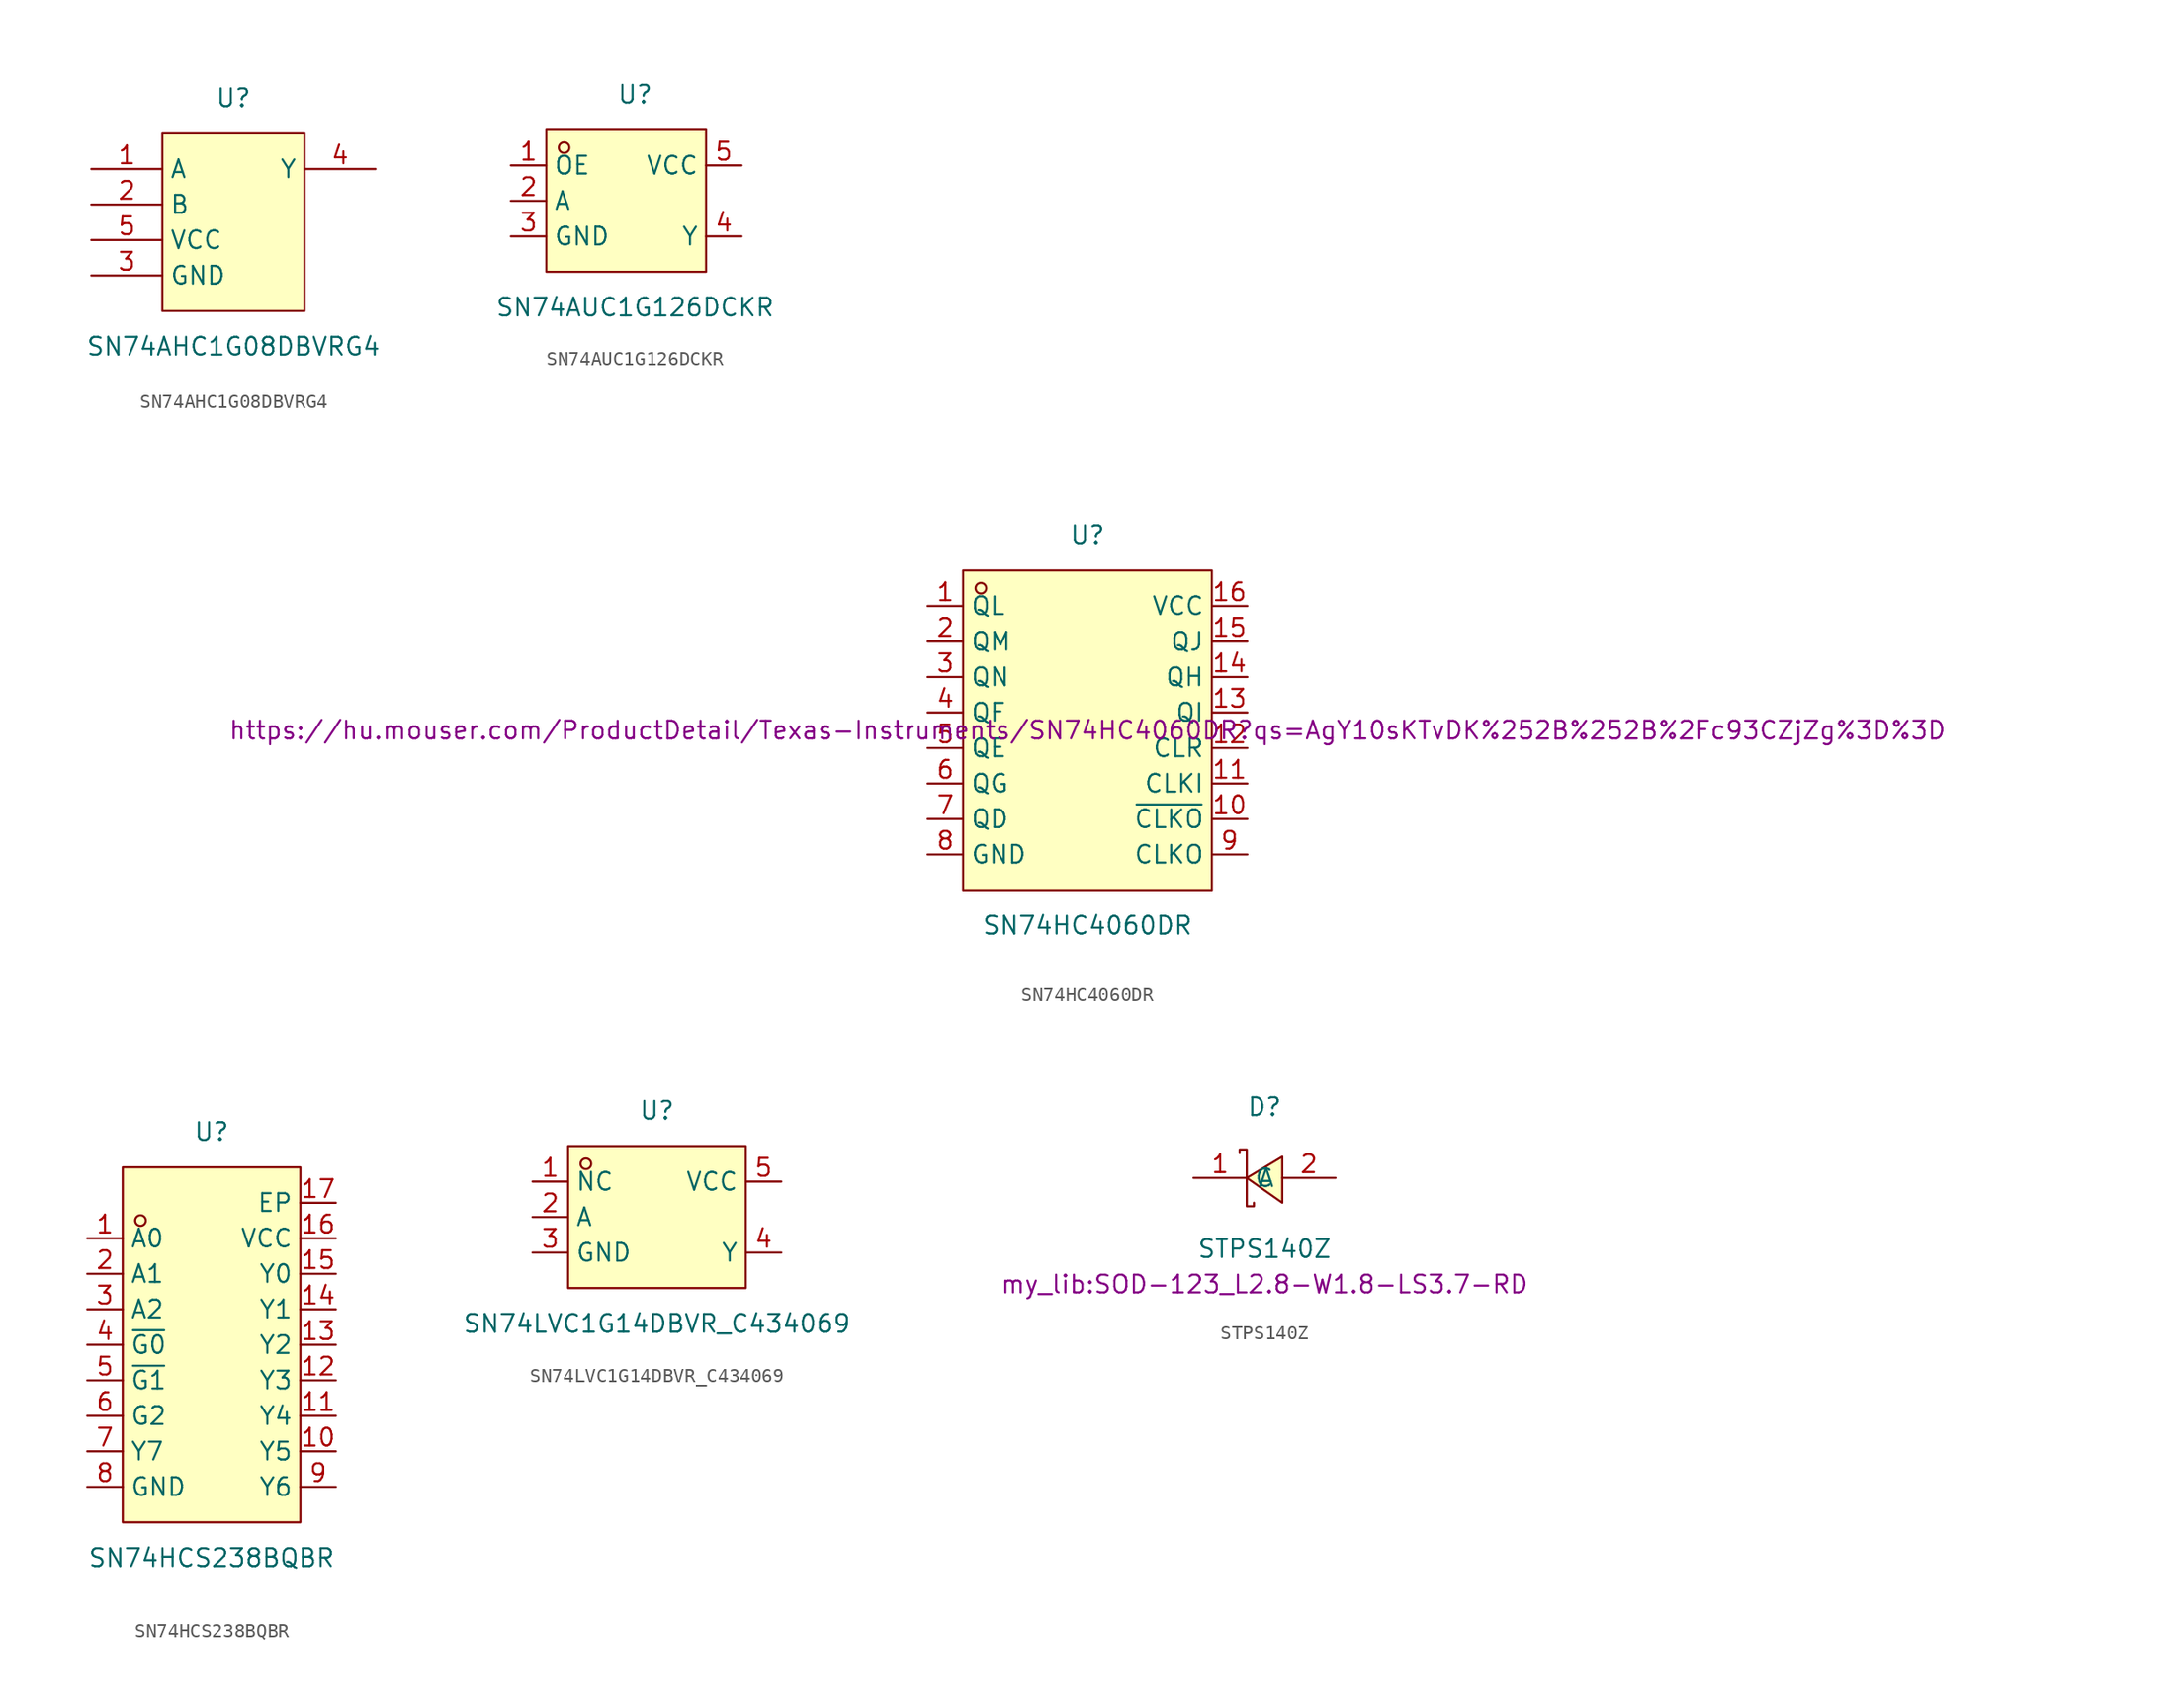
<source format=kicad_sym>
(kicad_symbol_lib
  (version 20220914)
  (generator kicad_symbol_editor)
  (symbol "SN74AHC1G08DBVRG4"
    (property "Reference" "U"
      (at 0 15.24 0)
      (effects (font (size 1.27 1.27))))
    (property "Value" "SN74AHC1G08DBVRG4"
      (at 0 -2.54 0)
      (effects (font (size 1.27 1.27))))
    (symbol "SN74AHC1G08DBVRG4_0_1"
      (rectangle (start -5.08 12.7) (end 5.08 0) (stroke (width 0) (type default)) (fill (type background)))
      (pin unspecified line (at -10.16 10.16 0) (length 5.08) (name "A" (effects (font (size 1.27 1.27)))) (number "1" (effects (font (size 1.27 1.27)))))
      (pin unspecified line (at -10.16 7.62 0) (length 5.08) (name "B" (effects (font (size 1.27 1.27)))) (number "2" (effects (font (size 1.27 1.27)))))
      (pin unspecified line (at -10.16 2.54 0) (length 5.08) (name "GND" (effects (font (size 1.27 1.27)))) (number "3" (effects (font (size 1.27 1.27)))))
      (pin unspecified line (at 10.16 10.16 180) (length 5.08) (name "Y" (effects (font (size 1.27 1.27)))) (number "4" (effects (font (size 1.27 1.27)))))
      (pin unspecified line (at -10.16 5.08 0) (length 5.08) (name "VCC" (effects (font (size 1.27 1.27)))) (number "5" (effects (font (size 1.27 1.27)))))))
  (symbol "SN74AUC1G126DCKR"
    (property "Reference" "U"
      (at 0 7.62 0)
      (effects (font (size 1.27 1.27))))
    (property "Value" "SN74AUC1G126DCKR"
      (at 0 -7.62 0)
      (effects (font (size 1.27 1.27))))
    (symbol "SN74AUC1G126DCKR_0_1"
      (rectangle (start -6.35 5.08) (end 5.08 -5.08) (stroke (width 0) (type default)) (fill (type background)))
      (circle (center -5.08 3.81) (radius 0.38) (stroke (width 0) (type default)) (fill (type none)))
      (pin unspecified line (at -8.89 2.54 0) (length 2.54) (name "OE" (effects (font (size 1.27 1.27)))) (number "1" (effects (font (size 1.27 1.27)))))
      (pin unspecified line (at -8.89 0 0) (length 2.54) (name "A" (effects (font (size 1.27 1.27)))) (number "2" (effects (font (size 1.27 1.27)))))
      (pin unspecified line (at -8.89 -2.54 0) (length 2.54) (name "GND" (effects (font (size 1.27 1.27)))) (number "3" (effects (font (size 1.27 1.27)))))
      (pin unspecified line (at 7.62 -2.54 180) (length 2.54) (name "Y" (effects (font (size 1.27 1.27)))) (number "4" (effects (font (size 1.27 1.27)))))
      (pin unspecified line (at 7.62 2.54 180) (length 2.54) (name "VCC" (effects (font (size 1.27 1.27)))) (number "5" (effects (font (size 1.27 1.27)))))))
  (symbol "SN74HC4060DR"
    (property "Reference" "U"
      (at 0 13.97 0)
      (effects (font (size 1.27 1.27))))
    (property "Value" "SN74HC4060DR"
      (at 0 -13.97 0)
      (effects (font (size 1.27 1.27))))
    (property "Other" "https://hu.mouser.com/ProductDetail/Texas-Instruments/SN74HC4060DR?qs=AgY10sKTvDK%252B%252B%2Fc93CZjZg%3D%3D"
      (at 0 0 0)
      (effects (font (size 1.27 1.27))))
    (symbol "SN74HC4060DR_0_1"
      (rectangle (start -8.89 11.43) (end 8.89 -11.43) (stroke (width 0) (type default)) (fill (type background)))
      (circle (center -7.62 10.16) (radius 0.38) (stroke (width 0) (type default)) (fill (type none)))
      (pin unspecified line (at -11.43 8.89 0) (length 2.54) (name "QL" (effects (font (size 1.27 1.27)))) (number "1" (effects (font (size 1.27 1.27)))))
      (pin unspecified line (at 11.43 -6.35 180) (length 2.54) (name "~{CLKO}" (effects (font (size 1.27 1.27)))) (number "10" (effects (font (size 1.27 1.27)))))
      (pin unspecified line (at 11.43 -3.81 180) (length 2.54) (name "CLKI" (effects (font (size 1.27 1.27)))) (number "11" (effects (font (size 1.27 1.27)))))
      (pin unspecified line (at 11.43 -1.27 180) (length 2.54) (name "CLR" (effects (font (size 1.27 1.27)))) (number "12" (effects (font (size 1.27 1.27)))))
      (pin unspecified line (at 11.43 1.27 180) (length 2.54) (name "QI" (effects (font (size 1.27 1.27)))) (number "13" (effects (font (size 1.27 1.27)))))
      (pin unspecified line (at 11.43 3.81 180) (length 2.54) (name "QH" (effects (font (size 1.27 1.27)))) (number "14" (effects (font (size 1.27 1.27)))))
      (pin unspecified line (at 11.43 6.35 180) (length 2.54) (name "QJ" (effects (font (size 1.27 1.27)))) (number "15" (effects (font (size 1.27 1.27)))))
      (pin unspecified line (at 11.43 8.89 180) (length 2.54) (name "VCC" (effects (font (size 1.27 1.27)))) (number "16" (effects (font (size 1.27 1.27)))))
      (pin unspecified line (at -11.43 6.35 0) (length 2.54) (name "QM" (effects (font (size 1.27 1.27)))) (number "2" (effects (font (size 1.27 1.27)))))
      (pin unspecified line (at -11.43 3.81 0) (length 2.54) (name "QN" (effects (font (size 1.27 1.27)))) (number "3" (effects (font (size 1.27 1.27)))))
      (pin unspecified line (at -11.43 1.27 0) (length 2.54) (name "QF" (effects (font (size 1.27 1.27)))) (number "4" (effects (font (size 1.27 1.27)))))
      (pin unspecified line (at -11.43 -1.27 0) (length 2.54) (name "QE" (effects (font (size 1.27 1.27)))) (number "5" (effects (font (size 1.27 1.27)))))
      (pin unspecified line (at -11.43 -3.81 0) (length 2.54) (name "QG" (effects (font (size 1.27 1.27)))) (number "6" (effects (font (size 1.27 1.27)))))
      (pin unspecified line (at -11.43 -6.35 0) (length 2.54) (name "QD" (effects (font (size 1.27 1.27)))) (number "7" (effects (font (size 1.27 1.27)))))
      (pin unspecified line (at -11.43 -8.89 0) (length 2.54) (name "GND" (effects (font (size 1.27 1.27)))) (number "8" (effects (font (size 1.27 1.27)))))
      (pin unspecified line (at 11.43 -8.89 180) (length 2.54) (name "CLKO" (effects (font (size 1.27 1.27)))) (number "9" (effects (font (size 1.27 1.27)))))))
  (symbol "SN74HCS238BQBR"
    (property "Reference" "U"
      (at 0 15.24 0)
      (effects (font (size 1.27 1.27))))
    (property "Value" "SN74HCS238BQBR"
      (at 0 -15.24 0)
      (effects (font (size 1.27 1.27))))
    (symbol "SN74HCS238BQBR_0_1"
      (rectangle (start -6.35 12.7) (end 6.35 -12.7) (stroke (width 0) (type default)) (fill (type background)))
      (circle (center -5.08 8.89) (radius 0.38) (stroke (width 0) (type default)) (fill (type none)))
      (pin unspecified line (at -8.89 7.62 0) (length 2.54) (name "A0" (effects (font (size 1.27 1.27)))) (number "1" (effects (font (size 1.27 1.27)))))
      (pin unspecified line (at 8.89 -7.62 180) (length 2.54) (name "Y5" (effects (font (size 1.27 1.27)))) (number "10" (effects (font (size 1.27 1.27)))))
      (pin unspecified line (at 8.89 -5.08 180) (length 2.54) (name "Y4" (effects (font (size 1.27 1.27)))) (number "11" (effects (font (size 1.27 1.27)))))
      (pin unspecified line (at 8.89 -2.54 180) (length 2.54) (name "Y3" (effects (font (size 1.27 1.27)))) (number "12" (effects (font (size 1.27 1.27)))))
      (pin unspecified line (at 8.89 0 180) (length 2.54) (name "Y2" (effects (font (size 1.27 1.27)))) (number "13" (effects (font (size 1.27 1.27)))))
      (pin unspecified line (at 8.89 2.54 180) (length 2.54) (name "Y1" (effects (font (size 1.27 1.27)))) (number "14" (effects (font (size 1.27 1.27)))))
      (pin unspecified line (at 8.89 5.08 180) (length 2.54) (name "Y0" (effects (font (size 1.27 1.27)))) (number "15" (effects (font (size 1.27 1.27)))))
      (pin unspecified line (at 8.89 7.62 180) (length 2.54) (name "VCC" (effects (font (size 1.27 1.27)))) (number "16" (effects (font (size 1.27 1.27)))))
      (pin unspecified line (at 8.89 10.16 180) (length 2.54) (name "EP" (effects (font (size 1.27 1.27)))) (number "17" (effects (font (size 1.27 1.27)))))
      (pin unspecified line (at -8.89 5.08 0) (length 2.54) (name "A1" (effects (font (size 1.27 1.27)))) (number "2" (effects (font (size 1.27 1.27)))))
      (pin unspecified line (at -8.89 2.54 0) (length 2.54) (name "A2" (effects (font (size 1.27 1.27)))) (number "3" (effects (font (size 1.27 1.27)))))
      (pin unspecified line (at -8.89 0 0) (length 2.54) (name "~{G0}" (effects (font (size 1.27 1.27)))) (number "4" (effects (font (size 1.27 1.27)))))
      (pin unspecified line (at -8.89 -2.54 0) (length 2.54) (name "~{G1}" (effects (font (size 1.27 1.27)))) (number "5" (effects (font (size 1.27 1.27)))))
      (pin unspecified line (at -8.89 -5.08 0) (length 2.54) (name "G2" (effects (font (size 1.27 1.27)))) (number "6" (effects (font (size 1.27 1.27)))))
      (pin unspecified line (at -8.89 -7.62 0) (length 2.54) (name "Y7" (effects (font (size 1.27 1.27)))) (number "7" (effects (font (size 1.27 1.27)))))
      (pin unspecified line (at -8.89 -10.16 0) (length 2.54) (name "GND" (effects (font (size 1.27 1.27)))) (number "8" (effects (font (size 1.27 1.27)))))
      (pin unspecified line (at 8.89 -10.16 180) (length 2.54) (name "Y6" (effects (font (size 1.27 1.27)))) (number "9" (effects (font (size 1.27 1.27)))))))
  (symbol "SN74LVC1G14DBVR_C434069"
    (property "Reference" "U"
      (at 0 7.62 0)
      (effects (font (size 1.27 1.27))))
    (property "Value" "SN74LVC1G14DBVR_C434069"
      (at 0 -7.62 0)
      (effects (font (size 1.27 1.27))))
    (symbol "SN74LVC1G14DBVR_C434069_0_1"
      (rectangle (start -6.35 5.08) (end 6.35 -5.08) (stroke (width 0) (type default)) (fill (type background)))
      (circle (center -5.08 3.81) (radius 0.38) (stroke (width 0) (type default)) (fill (type none)))
      (pin unspecified line (at -8.89 2.54 0) (length 2.54) (name "NC" (effects (font (size 1.27 1.27)))) (number "1" (effects (font (size 1.27 1.27)))))
      (pin unspecified line (at -8.89 0 0) (length 2.54) (name "A" (effects (font (size 1.27 1.27)))) (number "2" (effects (font (size 1.27 1.27)))))
      (pin unspecified line (at -8.89 -2.54 0) (length 2.54) (name "GND" (effects (font (size 1.27 1.27)))) (number "3" (effects (font (size 1.27 1.27)))))
      (pin unspecified line (at 8.89 -2.54 180) (length 2.54) (name "Y" (effects (font (size 1.27 1.27)))) (number "4" (effects (font (size 1.27 1.27)))))
      (pin unspecified line (at 8.89 2.54 180) (length 2.54) (name "VCC" (effects (font (size 1.27 1.27)))) (number "5" (effects (font (size 1.27 1.27)))))))
  (symbol "STPS140Z"
    (property "Reference" "D"
      (at 0 5.08 0)
      (effects (font (size 1.27 1.27))))
    (property "Value" "STPS140Z"
      (at 0 -5.08 0)
      (effects (font (size 1.27 1.27))))
    (property "Footprint" "my_lib:SOD-123_L2.8-W1.8-LS3.7-RD"
      (at 0 -7.62 0)
      (effects (font (size 1.27 1.27))))
    (symbol "STPS140Z_0_1"
      (polyline (pts (xy 1.27 1.52) (xy -1.27 0) (xy 1.27 -1.78) (xy 1.27 1.52)) (stroke (width 0) (type default)) (fill (type background)))
      (polyline (pts (xy -1.78 1.78) (xy -1.78 2.03) (xy -1.27 2.03) (xy -1.27 -2.03) (xy -0.76 -2.03) (xy -0.76 -1.78)) (stroke (width 0) (type default)) (fill (type none)))
      (pin unspecified line (at -5.08 0 0) (length 3.81) (name "C" (effects (font (size 1.27 1.27)))) (number "1" (effects (font (size 1.27 1.27)))))
      (pin unspecified line (at 5.08 0 180) (length 3.81) (name "A" (effects (font (size 1.27 1.27)))) (number "2" (effects (font (size 1.27 1.27))))))))
</source>
